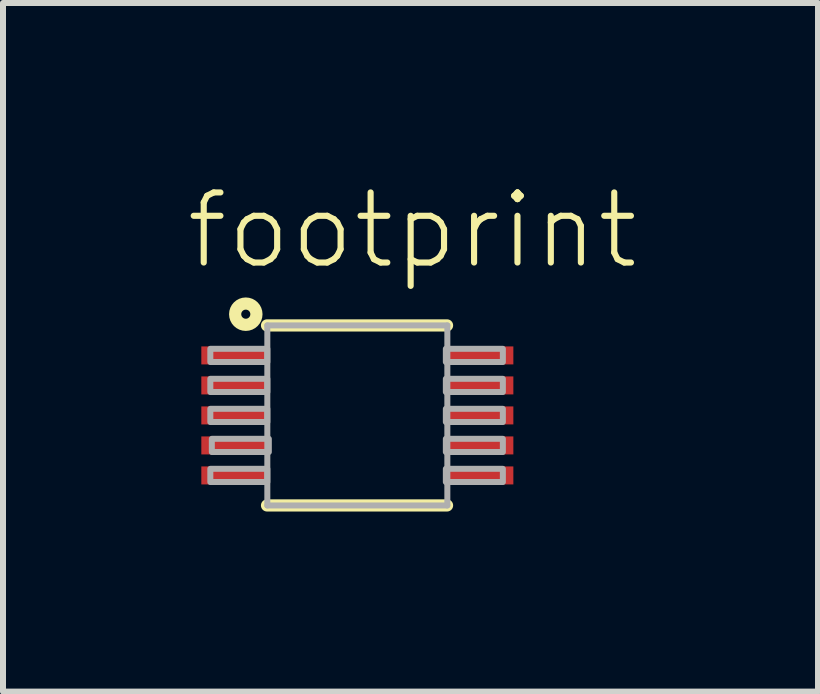
<source format=kicad_pcb>
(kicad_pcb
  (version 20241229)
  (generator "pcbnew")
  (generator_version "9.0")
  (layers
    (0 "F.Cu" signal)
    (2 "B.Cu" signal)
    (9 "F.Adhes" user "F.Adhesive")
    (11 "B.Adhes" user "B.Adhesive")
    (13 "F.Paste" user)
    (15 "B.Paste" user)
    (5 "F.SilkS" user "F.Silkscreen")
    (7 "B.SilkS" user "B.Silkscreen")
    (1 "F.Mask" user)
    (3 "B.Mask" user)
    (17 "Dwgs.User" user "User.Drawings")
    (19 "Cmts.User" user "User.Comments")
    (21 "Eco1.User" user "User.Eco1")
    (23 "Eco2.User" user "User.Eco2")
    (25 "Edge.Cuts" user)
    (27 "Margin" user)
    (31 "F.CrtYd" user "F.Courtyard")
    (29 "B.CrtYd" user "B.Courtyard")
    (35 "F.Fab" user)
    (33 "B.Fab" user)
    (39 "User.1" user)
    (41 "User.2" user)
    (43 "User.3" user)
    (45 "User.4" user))
  (footprint "footprint"
    (layer "F.Cu")
    (at 2.905 3.873)
    (property "Reference" "footprint" (at -2.905 -2.4 0) (layer "F.SilkS") (effects (font (size 1.168 1.168) (thickness 0.102)) (justify left bottom)))
    (fp_line (start -1.505 -1.5) (end 1.495 -1.5) (stroke (width 0.203) (type solid)) (layer "F.SilkS"))
    (fp_line (start -1.505 1.5) (end 1.495 1.5) (stroke (width 0.203) (type solid)) (layer "F.SilkS"))
    (fp_circle (center -1.859 -1.687) (end -1.783 -1.687) (stroke (width 0.203) (type solid)) (fill no) (layer "F.SilkS"))
    (fp_line (start -1.5 -1.5) (end -1.5 1.5) (stroke (width 0.1) (type solid)) (layer "F.Fab"))
    (fp_line (start -1.5 1.5) (end 1.5 1.5) (stroke (width 0.1) (type solid)) (layer "F.Fab"))
    (fp_line (start 1.5 -1.5) (end -1.5 -1.5) (stroke (width 0.1) (type solid)) (layer "F.Fab"))
    (fp_line (start 1.5 1.5) (end 1.5 -1.5) (stroke (width 0.1) (type solid)) (layer "F.Fab"))
    (fp_poly (pts (xy -2.45 -0.89) (xy -1.5 -0.89) (xy -1.5 -1.11) (xy -2.45 -1.11)) (stroke (width 0.1) (type solid)) (fill no) (layer "F.Fab"))
    (fp_poly (pts (xy -2.45 -0.39) (xy -1.5 -0.39) (xy -1.5 -0.61) (xy -2.45 -0.61)) (stroke (width 0.1) (type solid)) (fill no) (layer "F.Fab"))
    (fp_poly (pts (xy -2.45 0.11) (xy -1.5 0.11) (xy -1.5 -0.11) (xy -2.45 -0.11)) (stroke (width 0.1) (type solid)) (fill no) (layer "F.Fab"))
    (fp_poly (pts (xy -2.45 1.11) (xy -1.5 1.11) (xy -1.5 0.89) (xy -2.45 0.89)) (stroke (width 0.1) (type solid)) (fill no) (layer "F.Fab"))
    (fp_poly (pts (xy -2.425 0.61) (xy -1.475 0.61) (xy -1.475 0.39) (xy -2.425 0.39)) (stroke (width 0.1) (type solid)) (fill no) (layer "F.Fab"))
    (fp_poly (pts (xy 2.425 -1.11) (xy 1.475 -1.11) (xy 1.475 -0.89) (xy 2.425 -0.89)) (stroke (width 0.1) (type solid)) (fill no) (layer "F.Fab"))
    (fp_poly (pts (xy 2.425 -0.61) (xy 1.475 -0.61) (xy 1.475 -0.39) (xy 2.425 -0.39)) (stroke (width 0.1) (type solid)) (fill no) (layer "F.Fab"))
    (fp_poly (pts (xy 2.425 -0.11) (xy 1.475 -0.11) (xy 1.475 0.11) (xy 2.425 0.11)) (stroke (width 0.1) (type solid)) (fill no) (layer "F.Fab"))
    (fp_poly (pts (xy 2.425 0.39) (xy 1.475 0.39) (xy 1.475 0.61) (xy 2.425 0.61)) (stroke (width 0.1) (type solid)) (fill no) (layer "F.Fab"))
    (fp_poly (pts (xy 2.425 0.89) (xy 1.475 0.89) (xy 1.475 1.11) (xy 2.425 1.11)) (stroke (width 0.1) (type solid)) (fill no) (layer "F.Fab"))
    (pad "1" smd rect (at -2.05 -1) (size 1.1 0.3) (layers "F.Cu" "F.Mask" "F.Paste"))
    (pad "2" smd rect (at -2.05 -0.5) (size 1.1 0.3) (layers "F.Cu" "F.Mask" "F.Paste"))
    (pad "3" smd rect (at -2.05 0) (size 1.1 0.3) (layers "F.Cu" "F.Mask" "F.Paste"))
    (pad "4" smd rect (at -2.05 0.5) (size 1.1 0.3) (layers "F.Cu" "F.Mask" "F.Paste"))
    (pad "5" smd rect (at -2.05 1) (size 1.1 0.3) (layers "F.Cu" "F.Mask" "F.Paste"))
    (pad "6" smd rect (at 2.05 1) (size 1.1 0.3) (layers "F.Cu" "F.Mask" "F.Paste"))
    (pad "7" smd rect (at 2.05 0.5) (size 1.1 0.3) (layers "F.Cu" "F.Mask" "F.Paste"))
    (pad "8" smd rect (at 2.05 0) (size 1.1 0.3) (layers "F.Cu" "F.Mask" "F.Paste"))
    (pad "9" smd rect (at 2.05 -0.5) (size 1.1 0.3) (layers "F.Cu" "F.Mask" "F.Paste"))
    (pad "10" smd rect (at 2.05 -1) (size 1.1 0.3) (layers "F.Cu" "F.Mask" "F.Paste")))
  (gr_rect
    (start -3 -3)
    (end 10.582 8.475)
    (stroke (width 0.1) (type default))
    (fill no)
    (layer "Edge.Cuts")))
</source>
